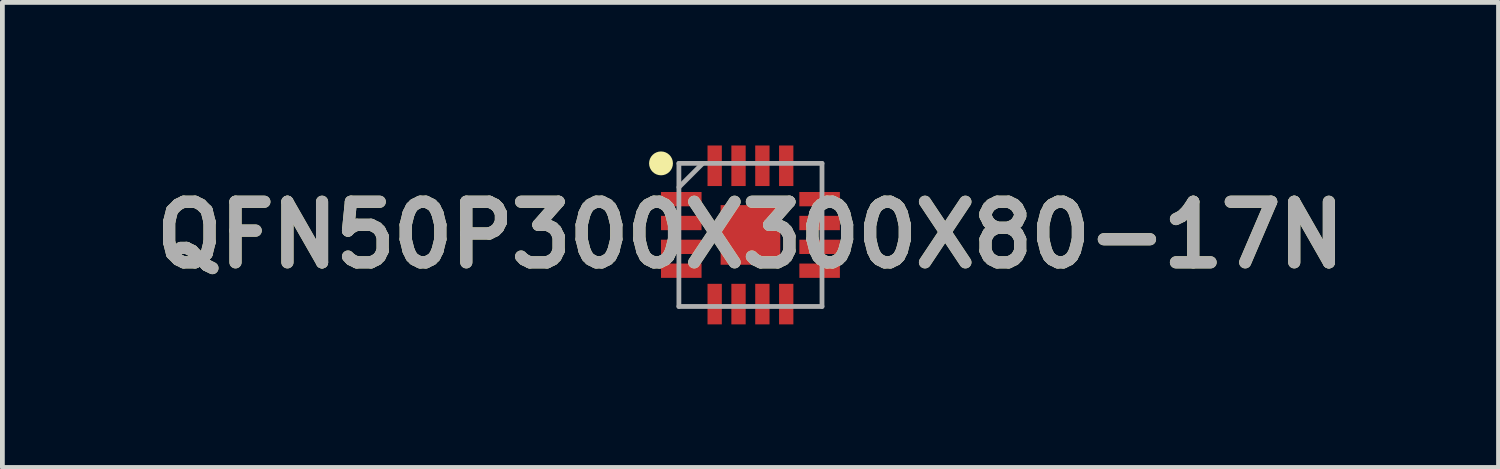
<source format=kicad_pcb>
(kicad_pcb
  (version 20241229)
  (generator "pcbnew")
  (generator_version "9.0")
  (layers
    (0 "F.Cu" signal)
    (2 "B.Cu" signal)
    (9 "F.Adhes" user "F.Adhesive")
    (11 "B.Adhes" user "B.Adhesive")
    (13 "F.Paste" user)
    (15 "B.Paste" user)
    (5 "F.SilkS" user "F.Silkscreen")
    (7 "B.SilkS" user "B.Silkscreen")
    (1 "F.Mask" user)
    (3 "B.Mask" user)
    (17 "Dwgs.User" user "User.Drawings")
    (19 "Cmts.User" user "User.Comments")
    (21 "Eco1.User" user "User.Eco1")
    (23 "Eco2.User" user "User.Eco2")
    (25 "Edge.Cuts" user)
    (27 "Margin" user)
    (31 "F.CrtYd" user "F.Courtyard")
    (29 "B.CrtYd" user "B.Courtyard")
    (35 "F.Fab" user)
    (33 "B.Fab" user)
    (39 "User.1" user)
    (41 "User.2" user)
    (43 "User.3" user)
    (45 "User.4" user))
  (footprint "QFN50P300X300X80-17N"
    (layer "F.Cu")
    (at 12.682 1.875)
    (property "Reference" "QFN50P300X300X80-17N" (at 0 0 0) (layer "F.SilkS") (effects (font (size 1.27 1.27) (thickness 0.254))))
    (attr smd)
    (fp_circle (center -1.875 -1.5) (end -1.875 -1.375) (stroke (width 0.25) (type solid)) (fill no) (layer "F.SilkS"))
    (fp_line (start -1.5 -1.5) (end 1.5 -1.5) (stroke (width 0.1) (type solid)) (layer "F.Fab"))
    (fp_line (start -1.5 -1) (end -1 -1.5) (stroke (width 0.1) (type solid)) (layer "F.Fab"))
    (fp_line (start -1.5 1.5) (end -1.5 -1.5) (stroke (width 0.1) (type solid)) (layer "F.Fab"))
    (fp_line (start 1.5 -1.5) (end 1.5 1.5) (stroke (width 0.1) (type solid)) (layer "F.Fab"))
    (fp_line (start 1.5 1.5) (end -1.5 1.5) (stroke (width 0.1) (type solid)) (layer "F.Fab"))
    (fp_text user "${REFERENCE}" (at 0 0 0) (layer "F.Fab") (effects (font (size 1.27 1.27) (thickness 0.254))))
    (pad "1" smd rect (at -1.45 -0.75 90) (size 0.3 0.85) (layers "F.Cu" "F.Mask" "F.Paste"))
    (pad "2" smd rect (at -1.45 -0.25 90) (size 0.3 0.85) (layers "F.Cu" "F.Mask" "F.Paste"))
    (pad "3" smd rect (at -1.45 0.25 90) (size 0.3 0.85) (layers "F.Cu" "F.Mask" "F.Paste"))
    (pad "4" smd rect (at -1.45 0.75 90) (size 0.3 0.85) (layers "F.Cu" "F.Mask" "F.Paste"))
    (pad "5" smd rect (at -0.75 1.45) (size 0.3 0.85) (layers "F.Cu" "F.Mask" "F.Paste"))
    (pad "6" smd rect (at -0.25 1.45) (size 0.3 0.85) (layers "F.Cu" "F.Mask" "F.Paste"))
    (pad "7" smd rect (at 0.25 1.45) (size 0.3 0.85) (layers "F.Cu" "F.Mask" "F.Paste"))
    (pad "8" smd rect (at 0.75 1.45) (size 0.3 0.85) (layers "F.Cu" "F.Mask" "F.Paste"))
    (pad "9" smd rect (at 1.45 0.75 90) (size 0.3 0.85) (layers "F.Cu" "F.Mask" "F.Paste"))
    (pad "10" smd rect (at 1.45 0.25 90) (size 0.3 0.85) (layers "F.Cu" "F.Mask" "F.Paste"))
    (pad "11" smd rect (at 1.45 -0.25 90) (size 0.3 0.85) (layers "F.Cu" "F.Mask" "F.Paste"))
    (pad "12" smd rect (at 1.45 -0.75 90) (size 0.3 0.85) (layers "F.Cu" "F.Mask" "F.Paste"))
    (pad "13" smd rect (at 0.75 -1.45) (size 0.3 0.85) (layers "F.Cu" "F.Mask" "F.Paste"))
    (pad "14" smd rect (at 0.25 -1.45) (size 0.3 0.85) (layers "F.Cu" "F.Mask" "F.Paste"))
    (pad "15" smd rect (at -0.25 -1.45) (size 0.3 0.85) (layers "F.Cu" "F.Mask" "F.Paste"))
    (pad "16" smd rect (at -0.75 -1.45) (size 0.3 0.85) (layers "F.Cu" "F.Mask" "F.Paste"))
    (pad "17" smd rect (at 0 0) (size 1.25 1.25) (layers "F.Cu" "F.Mask" "F.Paste")))
  (gr_rect
    (start -3 -3)
    (end 28.364 6.75)
    (stroke (width 0.1) (type default))
    (fill no)
    (layer "Edge.Cuts")))
</source>
